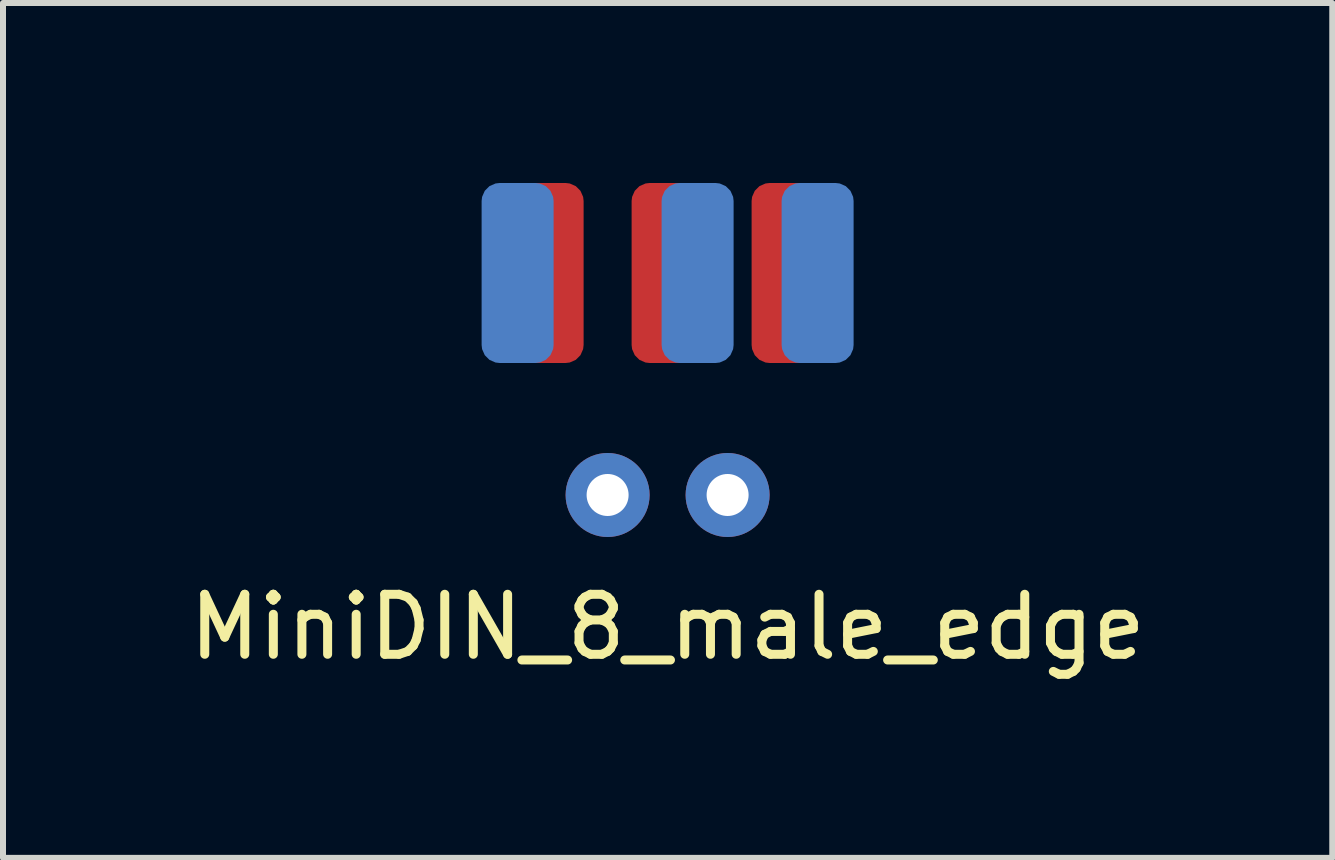
<source format=kicad_pcb>
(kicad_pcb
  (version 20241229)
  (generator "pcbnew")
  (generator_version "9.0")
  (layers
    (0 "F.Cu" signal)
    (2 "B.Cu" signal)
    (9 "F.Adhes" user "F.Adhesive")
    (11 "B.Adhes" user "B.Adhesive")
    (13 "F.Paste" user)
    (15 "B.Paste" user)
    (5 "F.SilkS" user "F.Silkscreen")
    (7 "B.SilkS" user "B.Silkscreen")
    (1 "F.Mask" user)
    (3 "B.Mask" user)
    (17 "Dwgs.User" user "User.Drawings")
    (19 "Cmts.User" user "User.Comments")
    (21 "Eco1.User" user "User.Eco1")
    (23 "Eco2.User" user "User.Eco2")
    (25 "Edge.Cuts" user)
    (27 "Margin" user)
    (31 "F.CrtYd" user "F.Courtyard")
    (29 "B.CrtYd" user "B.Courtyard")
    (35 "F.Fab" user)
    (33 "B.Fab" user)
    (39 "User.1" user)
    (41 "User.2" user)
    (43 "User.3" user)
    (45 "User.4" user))
  (footprint "MiniDIN_8_male_edge"
    (layer "F.Cu")
    (at 8.077 3.4)
    (property "Reference" "MiniDIN_8_male_edge" (at 0 4 0) (layer "F.SilkS") (effects (font (size 1 1) (thickness 0.15))))
    (attr through_hole)
    (pad "1" thru_hole circle (at 1 1.8) (size 1.4 1.4) (drill 0.7) (layers "*.Cu" "*.Mask"))
    (pad "2" thru_hole circle (at -1 1.8) (size 1.4 1.4) (drill 0.7) (layers "*.Cu" "*.Mask"))
    (pad "3" connect roundrect (at 2.5 -1.9) (size 1.2 3) (layers "B.Cu" "B.Mask") (roundrect_rratio 0.25))
    (pad "4" connect roundrect (at 0.5 -1.9) (size 1.2 3) (layers "B.Cu" "B.Mask") (roundrect_rratio 0.25))
    (pad "5" connect roundrect (at -2.5 -1.9) (size 1.2 3) (layers "B.Cu" "B.Mask") (roundrect_rratio 0.25))
    (pad "6" connect roundrect (at 2 -1.9) (size 1.2 3) (layers "F.Cu" "F.Mask") (roundrect_rratio 0.25))
    (pad "7" connect roundrect (at 0 -1.9) (size 1.2 3) (layers "F.Cu" "F.Mask") (roundrect_rratio 0.25))
    (pad "8" connect roundrect (at -2 -1.9) (size 1.2 3) (layers "F.Cu" "F.Mask") (roundrect_rratio 0.25)))
  (gr_rect
    (start -3 -3)
    (end 19.155 11.248)
    (stroke (width 0.1) (type default))
    (fill no)
    (layer "Edge.Cuts")))
</source>
